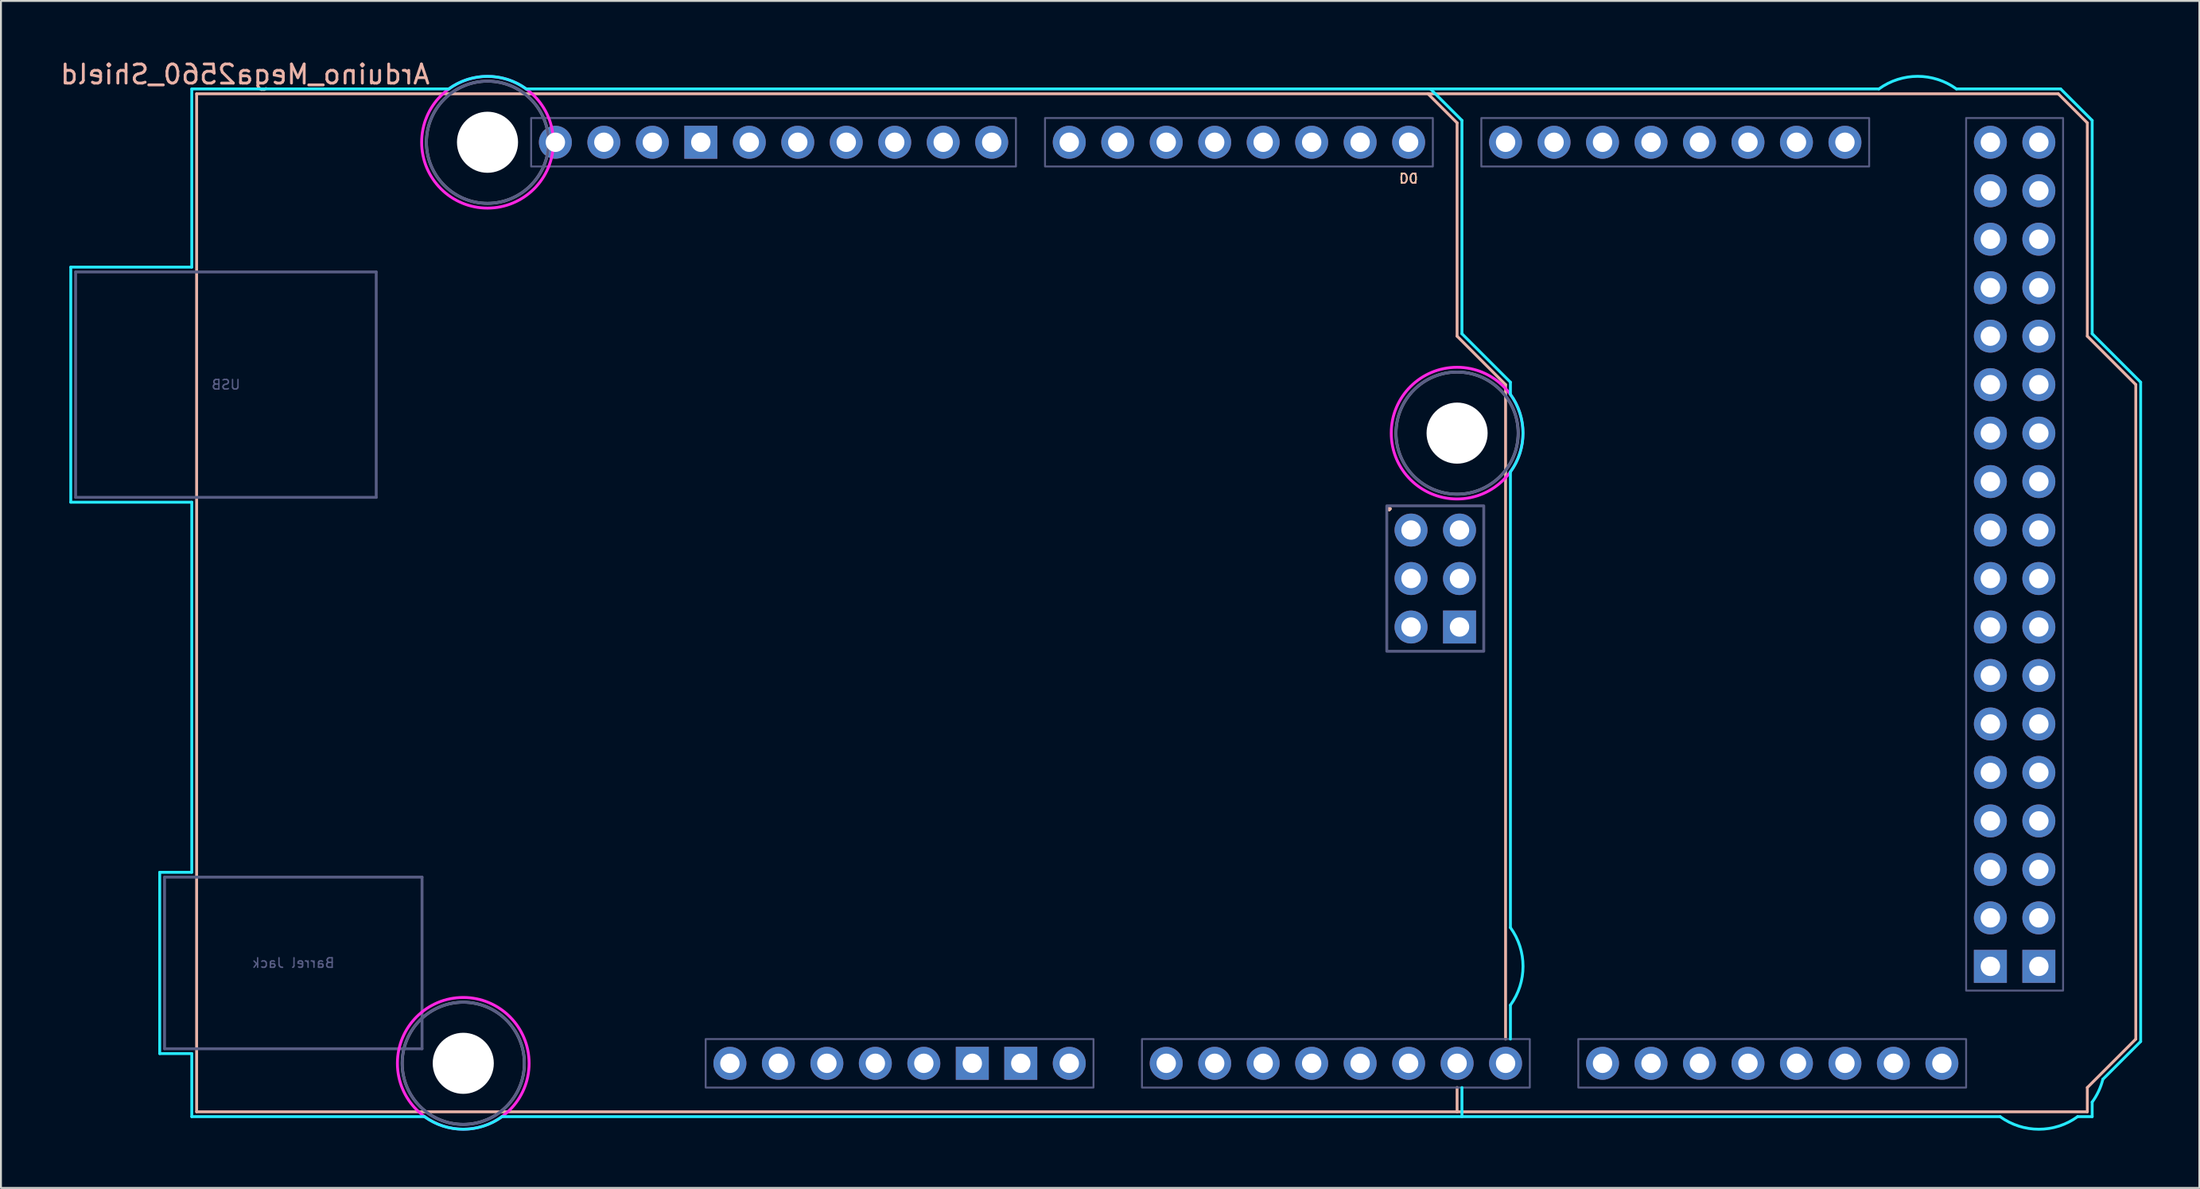
<source format=kicad_pcb>
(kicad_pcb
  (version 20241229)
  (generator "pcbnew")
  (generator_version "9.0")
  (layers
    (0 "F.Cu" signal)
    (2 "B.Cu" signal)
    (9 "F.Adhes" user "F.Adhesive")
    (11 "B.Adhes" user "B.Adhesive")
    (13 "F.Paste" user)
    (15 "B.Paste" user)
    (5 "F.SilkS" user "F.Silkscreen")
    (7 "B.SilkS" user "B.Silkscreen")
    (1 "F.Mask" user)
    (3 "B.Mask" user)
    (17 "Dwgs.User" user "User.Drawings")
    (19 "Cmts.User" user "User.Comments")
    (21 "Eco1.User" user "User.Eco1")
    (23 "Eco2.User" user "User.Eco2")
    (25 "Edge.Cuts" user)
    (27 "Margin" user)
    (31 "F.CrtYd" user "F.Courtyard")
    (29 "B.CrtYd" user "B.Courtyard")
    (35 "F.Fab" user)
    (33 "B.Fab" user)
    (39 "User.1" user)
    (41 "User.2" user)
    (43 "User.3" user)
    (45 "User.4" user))
  (footprint "Arduino_Mega2560_Shield"
    (layer "F.Cu")
    (at 7.252 55.204)
    (property "Reference" "Arduino_Mega2560_Shield" (at 2.54 -54.356 0) (layer "B.SilkS") (effects (font (size 1 1) (thickness 0.15)) (justify mirror)))
    (attr through_hole)
    (fp_line (start 0 -53.34) (end 0 0) (stroke (width 0.15) (type solid)) (layer "B.SilkS"))
    (fp_line (start 0 -53.34) (end 97.536 -53.34) (stroke (width 0.15) (type solid)) (layer "B.SilkS"))
    (fp_line (start 0 0) (end 99.06 0) (stroke (width 0.15) (type solid)) (layer "B.SilkS"))
    (fp_line (start 64.516 -53.34) (end 66.04 -51.816) (stroke (width 0.15) (type solid)) (layer "B.SilkS"))
    (fp_line (start 66.04 -40.64) (end 66.04 -51.816) (stroke (width 0.15) (type solid)) (layer "B.SilkS"))
    (fp_line (start 66.04 0) (end 66.04 -1.27) (stroke (width 0.15) (type solid)) (layer "B.SilkS"))
    (fp_line (start 68.58 -38.1) (end 66.04 -40.64) (stroke (width 0.15) (type solid)) (layer "B.SilkS"))
    (fp_line (start 68.58 -3.81) (end 68.58 -38.1) (stroke (width 0.15) (type solid)) (layer "B.SilkS"))
    (fp_line (start 97.536 -53.34) (end 99.06 -51.816) (stroke (width 0.15) (type solid)) (layer "B.SilkS"))
    (fp_line (start 99.06 -40.64) (end 99.06 -51.816) (stroke (width 0.15) (type solid)) (layer "B.SilkS"))
    (fp_line (start 99.06 -1.27) (end 101.6 -3.81) (stroke (width 0.15) (type solid)) (layer "B.SilkS"))
    (fp_line (start 99.06 0) (end 99.06 -1.27) (stroke (width 0.15) (type solid)) (layer "B.SilkS"))
    (fp_line (start 101.6 -38.1) (end 99.06 -40.64) (stroke (width 0.15) (type solid)) (layer "B.SilkS"))
    (fp_line (start 101.6 -3.81) (end 101.6 -38.1) (stroke (width 0.15) (type solid)) (layer "B.SilkS"))
    (fp_line (start -6.594 -44.258) (end -0.254 -44.258) (stroke (width 0.15) (type solid)) (layer "B.CrtYd"))
    (fp_line (start -6.594 -31.94) (end -6.594 -44.258) (stroke (width 0.15) (type solid)) (layer "B.CrtYd"))
    (fp_line (start -1.934 -12.548) (end -1.934 -3.049) (stroke (width 0.15) (type solid)) (layer "B.CrtYd"))
    (fp_line (start -1.934 -12.548) (end -0.254 -12.548) (stroke (width 0.15) (type solid)) (layer "B.CrtYd"))
    (fp_line (start -1.934 -3.049) (end -0.254 -3.049) (stroke (width 0.15) (type solid)) (layer "B.CrtYd"))
    (fp_line (start -0.254 -53.594) (end -0.254 -44.258) (stroke (width 0.15) (type solid)) (layer "B.CrtYd"))
    (fp_line (start -0.254 -31.94) (end -6.594 -31.94) (stroke (width 0.15) (type solid)) (layer "B.CrtYd"))
    (fp_line (start -0.254 -31.94) (end -0.254 -12.548) (stroke (width 0.15) (type solid)) (layer "B.CrtYd"))
    (fp_line (start -0.254 -3.049) (end -0.254 0.254) (stroke (width 0.15) (type solid)) (layer "B.CrtYd"))
    (fp_line (start 11.938 0.254) (end -0.254 0.254) (stroke (width 0.15) (type solid)) (layer "B.CrtYd"))
    (fp_line (start 13.208 -53.594) (end -0.254 -53.594) (stroke (width 0.15) (type solid)) (layer "B.CrtYd"))
    (fp_line (start 16.002 0.254) (end 94.488 0.254) (stroke (width 0.15) (type solid)) (layer "B.CrtYd"))
    (fp_line (start 17.272 -53.594) (end 88.138 -53.594) (stroke (width 0.15) (type solid)) (layer "B.CrtYd"))
    (fp_line (start 64.643 -53.594) (end 66.294 -51.943) (stroke (width 0.15) (type solid)) (layer "B.CrtYd"))
    (fp_line (start 66.294 -40.767) (end 66.294 -51.943) (stroke (width 0.15) (type solid)) (layer "B.CrtYd"))
    (fp_line (start 66.294 0.254) (end 66.294 -1.27) (stroke (width 0.15) (type solid)) (layer "B.CrtYd"))
    (fp_line (start 68.834 -38.227) (end 66.294 -40.767) (stroke (width 0.15) (type solid)) (layer "B.CrtYd"))
    (fp_line (start 68.834 -38.227) (end 68.834 -37.592) (stroke (width 0.15) (type solid)) (layer "B.CrtYd"))
    (fp_line (start 68.834 -9.652) (end 68.834 -33.528) (stroke (width 0.15) (type solid)) (layer "B.CrtYd"))
    (fp_line (start 68.834 -5.588) (end 68.834 -3.81) (stroke (width 0.15) (type solid)) (layer "B.CrtYd"))
    (fp_line (start 97.663 -53.594) (end 92.202 -53.594) (stroke (width 0.15) (type solid)) (layer "B.CrtYd"))
    (fp_line (start 97.663 -53.594) (end 99.314 -51.943) (stroke (width 0.15) (type solid)) (layer "B.CrtYd"))
    (fp_line (start 99.314 -40.767) (end 99.314 -51.943) (stroke (width 0.15) (type solid)) (layer "B.CrtYd"))
    (fp_line (start 99.314 0.254) (end 98.552 0.254) (stroke (width 0.15) (type solid)) (layer "B.CrtYd"))
    (fp_line (start 99.314 0.254) (end 99.314 -0.508) (stroke (width 0.15) (type solid)) (layer "B.CrtYd"))
    (fp_line (start 99.873 -1.702) (end 101.854 -3.683) (stroke (width 0.15) (type solid)) (layer "B.CrtYd"))
    (fp_line (start 101.854 -38.227) (end 99.314 -40.767) (stroke (width 0.15) (type solid)) (layer "B.CrtYd"))
    (fp_line (start 101.854 -3.683) (end 101.854 -38.227) (stroke (width 0.15) (type solid)) (layer "B.CrtYd"))
    (fp_arc (start 13.208 -53.594) (mid 15.24 -54.254237) (end 17.272 -53.594) (stroke (width 0.15) (type solid)) (layer "B.CrtYd"))
    (fp_arc (start 16.002 0.254) (mid 13.97 0.914237) (end 11.938 0.254) (stroke (width 0.15) (type solid)) (layer "B.CrtYd"))
    (fp_arc (start 68.834 -37.592) (mid 69.494238 -35.56) (end 68.834 -33.528) (stroke (width 0.15) (type solid)) (layer "B.CrtYd"))
    (fp_arc (start 68.834 -9.652) (mid 69.494238 -7.62) (end 68.834 -5.588) (stroke (width 0.15) (type solid)) (layer "B.CrtYd"))
    (fp_arc (start 88.138 -53.594) (mid 90.17 -54.254237) (end 92.202 -53.594) (stroke (width 0.15) (type solid)) (layer "B.CrtYd"))
    (fp_arc (start 98.552 0.254) (mid 96.52 0.914237) (end 94.488 0.254) (stroke (width 0.15) (type solid)) (layer "B.CrtYd"))
    (fp_arc (start 99.8728 -1.7018) (mid 99.650925 -1.077973) (end 99.314 -0.508) (stroke (width 0.15) (type solid)) (layer "B.CrtYd"))
    (fp_circle (center 13.97 -2.54) (end 17.42 -2.54) (stroke (width 0.15) (type solid)) (fill no) (layer "F.CrtYd"))
    (fp_circle (center 15.24 -50.8) (end 18.69 -50.8) (stroke (width 0.15) (type solid)) (fill no) (layer "F.CrtYd"))
    (fp_circle (center 66.04 -35.56) (end 69.49 -35.56) (stroke (width 0.15) (type solid)) (fill no) (layer "F.CrtYd"))
    (fp_line (start -6.34 -44.004) (end 9.41 -44.004) (stroke (width 0.15) (type solid)) (layer "B.Fab"))
    (fp_line (start -6.34 -32.194) (end -6.34 -44.004) (stroke (width 0.15) (type solid)) (layer "B.Fab"))
    (fp_line (start -6.34 -32.194) (end 9.41 -32.194) (stroke (width 0.15) (type solid)) (layer "B.Fab"))
    (fp_line (start -1.68 -12.294) (end -1.68 -3.303) (stroke (width 0.15) (type solid)) (layer "B.Fab"))
    (fp_line (start -1.68 -12.294) (end 11.81 -12.294) (stroke (width 0.15) (type solid)) (layer "B.Fab"))
    (fp_line (start -1.68 -3.303) (end 11.81 -3.303) (stroke (width 0.15) (type solid)) (layer "B.Fab"))
    (fp_line (start 9.41 -32.194) (end 9.41 -44.004) (stroke (width 0.15) (type solid)) (layer "B.Fab"))
    (fp_line (start 11.81 -12.294) (end 11.81 -3.303) (stroke (width 0.15) (type solid)) (layer "B.Fab"))
    (fp_rect (start 17.526 -52.07) (end 42.926 -49.53) (stroke (width 0.1) (type solid)) (fill no) (layer "B.Fab"))
    (fp_rect (start 26.67 -3.81) (end 46.99 -1.27) (stroke (width 0.1) (type solid)) (fill no) (layer "B.Fab"))
    (fp_rect (start 44.45 -52.07) (end 64.77 -49.53) (stroke (width 0.1) (type solid)) (fill no) (layer "B.Fab"))
    (fp_rect (start 49.53 -3.81) (end 69.85 -1.27) (stroke (width 0.1) (type solid)) (fill no) (layer "B.Fab"))
    (fp_rect (start 62.357 -31.75) (end 67.437 -24.13) (stroke (width 0.15) (type solid)) (fill no) (layer "B.Fab"))
    (fp_rect (start 67.31 -52.07) (end 87.63 -49.53) (stroke (width 0.1) (type solid)) (fill no) (layer "B.Fab"))
    (fp_rect (start 72.39 -3.81) (end 92.71 -1.27) (stroke (width 0.1) (type solid)) (fill no) (layer "B.Fab"))
    (fp_rect (start 92.71 -52.07) (end 97.79 -6.35) (stroke (width 0.1) (type solid)) (fill no) (layer "B.Fab"))
    (fp_circle (center 13.97 -2.54) (end 17.17 -2.54) (stroke (width 0.15) (type solid)) (fill no) (layer "B.Fab"))
    (fp_circle (center 15.24 -50.8) (end 18.44 -50.8) (stroke (width 0.15) (type solid)) (fill no) (layer "B.Fab"))
    (fp_circle (center 66.04 -35.56) (end 69.24 -35.56) (stroke (width 0.15) (type solid)) (fill no) (layer "B.Fab"))
    (fp_circle (center 13.97 -2.54) (end 17.17 -2.54) (stroke (width 0.15) (type solid)) (fill no) (layer "F.Fab"))
    (fp_circle (center 15.24 -50.8) (end 18.44 -50.8) (stroke (width 0.15) (type solid)) (fill no) (layer "F.Fab"))
    (fp_circle (center 66.04 -35.56) (end 69.24 -35.56) (stroke (width 0.15) (type solid)) (fill no) (layer "F.Fab"))
    (fp_text user "D0" (at 63.5 -48.895 0) (unlocked yes) (layer "F.SilkS") (effects (font (size 0.5 0.5) (thickness 0.075))))
    (fp_text user "." (at 62.484 -32.004 0) (layer "F.SilkS") (effects (font (size 1 1) (thickness 0.15))))
    (fp_text user "." (at 62.484 -32.004 0) (layer "B.SilkS") (effects (font (size 1 1) (thickness 0.15))))
    (fp_text user "D0" (at 63.5 -48.895 0) (unlocked yes) (layer "B.SilkS") (effects (font (size 0.5 0.5) (thickness 0.075)) (justify mirror)))
    (fp_text user "Barrel Jack" (at 5.065 -7.798 0) (layer "B.Fab") (effects (font (size 0.5 0.5) (thickness 0.075)) (justify mirror)))
    (fp_text user "USB" (at 1.535 -38.099 0) (layer "B.Fab") (effects (font (size 0.5 0.5) (thickness 0.075)) (justify mirror)))
    (pad "" np_thru_hole circle (at 13.97 -2.54) (size 3.2 3.2) (drill 3.2) (layers "*.Cu" "*.Mask"))
    (pad "" np_thru_hole circle (at 15.24 -50.8) (size 3.2 3.2) (drill 3.2) (layers "*.Cu" "*.Mask"))
    (pad "" thru_hole oval (at 27.94 -2.54) (size 1.727 1.727) (drill 1.016) (layers "*.Cu" "*.Mask"))
    (pad "" np_thru_hole circle (at 66.04 -35.56) (size 3.2 3.2) (drill 3.2) (layers "*.Cu" "*.Mask"))
    (pad "3V3" thru_hole oval (at 35.56 -2.54) (size 1.727 1.727) (drill 1.016) (layers "*.Cu" "*.Mask"))
    (pad "5V1" thru_hole oval (at 38.1 -2.54) (size 1.727 1.727) (drill 1.016) (layers "*.Cu" "*.Mask"))
    (pad "5V2" thru_hole oval (at 66.167 -30.48) (size 1.727 1.727) (drill 1.016) (layers "*.Cu" "*.Mask"))
    (pad "5V3" thru_hole oval (at 93.98 -50.8) (size 1.727 1.727) (drill 1.016) (layers "*.Cu" "*.Mask"))
    (pad "5V4" thru_hole oval (at 96.52 -50.8) (size 1.727 1.727) (drill 1.016) (layers "*.Cu" "*.Mask"))
    (pad "A0" thru_hole oval (at 50.8 -2.54) (size 1.727 1.727) (drill 1.016) (layers "*.Cu" "*.Mask"))
    (pad "A1" thru_hole oval (at 53.34 -2.54) (size 1.727 1.727) (drill 1.016) (layers "*.Cu" "*.Mask"))
    (pad "A2" thru_hole oval (at 55.88 -2.54) (size 1.727 1.727) (drill 1.016) (layers "*.Cu" "*.Mask"))
    (pad "A3" thru_hole oval (at 58.42 -2.54) (size 1.727 1.727) (drill 1.016) (layers "*.Cu" "*.Mask"))
    (pad "A4" thru_hole oval (at 60.96 -2.54) (size 1.727 1.727) (drill 1.016) (layers "*.Cu" "*.Mask"))
    (pad "A5" thru_hole oval (at 63.5 -2.54) (size 1.727 1.727) (drill 1.016) (layers "*.Cu" "*.Mask"))
    (pad "A6" thru_hole oval (at 66.04 -2.54) (size 1.727 1.727) (drill 1.016) (layers "*.Cu" "*.Mask"))
    (pad "A7" thru_hole oval (at 68.58 -2.54) (size 1.727 1.727) (drill 1.016) (layers "*.Cu" "*.Mask"))
    (pad "A8" thru_hole oval (at 73.66 -2.54) (size 1.727 1.727) (drill 1.016) (layers "*.Cu" "*.Mask"))
    (pad "A9" thru_hole oval (at 76.2 -2.54) (size 1.727 1.727) (drill 1.016) (layers "*.Cu" "*.Mask"))
    (pad "A10" thru_hole oval (at 78.74 -2.54) (size 1.727 1.727) (drill 1.016) (layers "*.Cu" "*.Mask"))
    (pad "A11" thru_hole oval (at 81.28 -2.54) (size 1.727 1.727) (drill 1.016) (layers "*.Cu" "*.Mask"))
    (pad "A12" thru_hole oval (at 83.82 -2.54) (size 1.727 1.727) (drill 1.016) (layers "*.Cu" "*.Mask"))
    (pad "A13" thru_hole oval (at 86.36 -2.54) (size 1.727 1.727) (drill 1.016) (layers "*.Cu" "*.Mask"))
    (pad "A14" thru_hole oval (at 88.9 -2.54) (size 1.727 1.727) (drill 1.016) (layers "*.Cu" "*.Mask"))
    (pad "A15" thru_hole oval (at 91.44 -2.54) (size 1.727 1.727) (drill 1.016) (layers "*.Cu" "*.Mask"))
    (pad "AREF" thru_hole oval (at 23.876 -50.8) (size 1.727 1.727) (drill 1.016) (layers "*.Cu" "*.Mask"))
    (pad "D0" thru_hole oval (at 63.5 -50.8) (size 1.727 1.727) (drill 1.016) (layers "*.Cu" "*.Mask"))
    (pad "D1" thru_hole oval (at 60.96 -50.8) (size 1.727 1.727) (drill 1.016) (layers "*.Cu" "*.Mask"))
    (pad "D2" thru_hole oval (at 58.42 -50.8) (size 1.727 1.727) (drill 1.016) (layers "*.Cu" "*.Mask"))
    (pad "D3" thru_hole oval (at 55.88 -50.8) (size 1.727 1.727) (drill 1.016) (layers "*.Cu" "*.Mask"))
    (pad "D4" thru_hole oval (at 53.34 -50.8) (size 1.727 1.727) (drill 1.016) (layers "*.Cu" "*.Mask"))
    (pad "D5" thru_hole oval (at 50.8 -50.8) (size 1.727 1.727) (drill 1.016) (layers "*.Cu" "*.Mask"))
    (pad "D6" thru_hole oval (at 48.26 -50.8) (size 1.727 1.727) (drill 1.016) (layers "*.Cu" "*.Mask"))
    (pad "D7" thru_hole oval (at 45.72 -50.8) (size 1.727 1.727) (drill 1.016) (layers "*.Cu" "*.Mask"))
    (pad "D8" thru_hole oval (at 41.656 -50.8) (size 1.727 1.727) (drill 1.016) (layers "*.Cu" "*.Mask"))
    (pad "D9" thru_hole oval (at 39.116 -50.8) (size 1.727 1.727) (drill 1.016) (layers "*.Cu" "*.Mask"))
    (pad "D10" thru_hole oval (at 36.576 -50.8) (size 1.727 1.727) (drill 1.016) (layers "*.Cu" "*.Mask"))
    (pad "D11" thru_hole oval (at 34.036 -50.8) (size 1.727 1.727) (drill 1.016) (layers "*.Cu" "*.Mask"))
    (pad "D12" thru_hole oval (at 31.496 -50.8) (size 1.727 1.727) (drill 1.016) (layers "*.Cu" "*.Mask"))
    (pad "D13" thru_hole oval (at 28.956 -50.8) (size 1.727 1.727) (drill 1.016) (layers "*.Cu" "*.Mask"))
    (pad "D14" thru_hole oval (at 68.58 -50.8) (size 1.727 1.727) (drill 1.016) (layers "*.Cu" "*.Mask"))
    (pad "D15" thru_hole oval (at 71.12 -50.8) (size 1.727 1.727) (drill 1.016) (layers "*.Cu" "*.Mask"))
    (pad "D16" thru_hole oval (at 73.66 -50.8) (size 1.727 1.727) (drill 1.016) (layers "*.Cu" "*.Mask"))
    (pad "D17" thru_hole oval (at 76.2 -50.8) (size 1.727 1.727) (drill 1.016) (layers "*.Cu" "*.Mask"))
    (pad "D18" thru_hole oval (at 78.74 -50.8) (size 1.727 1.727) (drill 1.016) (layers "*.Cu" "*.Mask"))
    (pad "D19" thru_hole oval (at 81.28 -50.8) (size 1.727 1.727) (drill 1.016) (layers "*.Cu" "*.Mask"))
    (pad "D20" thru_hole oval (at 83.82 -50.8) (size 1.727 1.727) (drill 1.016) (layers "*.Cu" "*.Mask"))
    (pad "D21" thru_hole oval (at 86.36 -50.8) (size 1.727 1.727) (drill 1.016) (layers "*.Cu" "*.Mask"))
    (pad "D22" thru_hole oval (at 93.98 -48.26) (size 1.727 1.727) (drill 1.016) (layers "*.Cu" "*.Mask"))
    (pad "D23" thru_hole oval (at 96.52 -48.26) (size 1.727 1.727) (drill 1.016) (layers "*.Cu" "*.Mask"))
    (pad "D24" thru_hole oval (at 93.98 -45.72) (size 1.727 1.727) (drill 1.016) (layers "*.Cu" "*.Mask"))
    (pad "D25" thru_hole oval (at 96.52 -45.72) (size 1.727 1.727) (drill 1.016) (layers "*.Cu" "*.Mask"))
    (pad "D26" thru_hole oval (at 93.98 -43.18) (size 1.727 1.727) (drill 1.016) (layers "*.Cu" "*.Mask"))
    (pad "D27" thru_hole oval (at 96.52 -43.18) (size 1.727 1.727) (drill 1.016) (layers "*.Cu" "*.Mask"))
    (pad "D28" thru_hole oval (at 93.98 -40.64) (size 1.727 1.727) (drill 1.016) (layers "*.Cu" "*.Mask"))
    (pad "D29" thru_hole oval (at 96.52 -40.64) (size 1.727 1.727) (drill 1.016) (layers "*.Cu" "*.Mask"))
    (pad "D30" thru_hole oval (at 93.98 -38.1) (size 1.727 1.727) (drill 1.016) (layers "*.Cu" "*.Mask"))
    (pad "D31" thru_hole oval (at 96.52 -38.1) (size 1.727 1.727) (drill 1.016) (layers "*.Cu" "*.Mask"))
    (pad "D32" thru_hole oval (at 93.98 -35.56) (size 1.727 1.727) (drill 1.016) (layers "*.Cu" "*.Mask"))
    (pad "D33" thru_hole oval (at 96.52 -35.56) (size 1.727 1.727) (drill 1.016) (layers "*.Cu" "*.Mask"))
    (pad "D34" thru_hole oval (at 93.98 -33.02) (size 1.727 1.727) (drill 1.016) (layers "*.Cu" "*.Mask"))
    (pad "D35" thru_hole oval (at 96.52 -33.02) (size 1.727 1.727) (drill 1.016) (layers "*.Cu" "*.Mask"))
    (pad "D36" thru_hole oval (at 93.98 -30.48) (size 1.727 1.727) (drill 1.016) (layers "*.Cu" "*.Mask"))
    (pad "D37" thru_hole oval (at 96.52 -30.48) (size 1.727 1.727) (drill 1.016) (layers "*.Cu" "*.Mask"))
    (pad "D38" thru_hole oval (at 93.98 -27.94) (size 1.727 1.727) (drill 1.016) (layers "*.Cu" "*.Mask"))
    (pad "D39" thru_hole oval (at 96.52 -27.94) (size 1.727 1.727) (drill 1.016) (layers "*.Cu" "*.Mask"))
    (pad "D40" thru_hole oval (at 93.98 -25.4) (size 1.727 1.727) (drill 1.016) (layers "*.Cu" "*.Mask"))
    (pad "D41" thru_hole oval (at 96.52 -25.4) (size 1.727 1.727) (drill 1.016) (layers "*.Cu" "*.Mask"))
    (pad "D42" thru_hole oval (at 93.98 -22.86) (size 1.727 1.727) (drill 1.016) (layers "*.Cu" "*.Mask"))
    (pad "D43" thru_hole oval (at 96.52 -22.86) (size 1.727 1.727) (drill 1.016) (layers "*.Cu" "*.Mask"))
    (pad "D44" thru_hole oval (at 93.98 -20.32) (size 1.727 1.727) (drill 1.016) (layers "*.Cu" "*.Mask"))
    (pad "D45" thru_hole oval (at 96.52 -20.32) (size 1.727 1.727) (drill 1.016) (layers "*.Cu" "*.Mask"))
    (pad "D46" thru_hole oval (at 93.98 -17.78) (size 1.727 1.727) (drill 1.016) (layers "*.Cu" "*.Mask"))
    (pad "D47" thru_hole oval (at 96.52 -17.78) (size 1.727 1.727) (drill 1.016) (layers "*.Cu" "*.Mask"))
    (pad "D48" thru_hole oval (at 93.98 -15.24) (size 1.727 1.727) (drill 1.016) (layers "*.Cu" "*.Mask"))
    (pad "D49" thru_hole oval (at 96.52 -15.24) (size 1.727 1.727) (drill 1.016) (layers "*.Cu" "*.Mask"))
    (pad "D50" thru_hole oval (at 93.98 -12.7) (size 1.727 1.727) (drill 1.016) (layers "*.Cu" "*.Mask"))
    (pad "D51" thru_hole oval (at 96.52 -12.7) (size 1.727 1.727) (drill 1.016) (layers "*.Cu" "*.Mask"))
    (pad "D52" thru_hole oval (at 93.98 -10.16) (size 1.727 1.727) (drill 1.016) (layers "*.Cu" "*.Mask"))
    (pad "D53" thru_hole oval (at 96.52 -10.16) (size 1.727 1.727) (drill 1.016) (layers "*.Cu" "*.Mask"))
    (pad "GND1" thru_hole rect (at 26.416 -50.8) (size 1.727 1.727) (drill 1.016) (layers "*.Cu" "*.Mask"))
    (pad "GND2" thru_hole rect (at 40.64 -2.54) (size 1.727 1.727) (drill 1.016) (layers "*.Cu" "*.Mask"))
    (pad "GND3" thru_hole rect (at 43.18 -2.54) (size 1.727 1.727) (drill 1.016) (layers "*.Cu" "*.Mask"))
    (pad "GND4" thru_hole rect (at 66.167 -25.4) (size 1.727 1.727) (drill 1.016) (layers "*.Cu" "*.Mask"))
    (pad "GND5" thru_hole rect (at 93.98 -7.62) (size 1.727 1.727) (drill 1.016) (layers "*.Cu" "*.Mask"))
    (pad "GND6" thru_hole rect (at 96.52 -7.62) (size 1.727 1.727) (drill 1.016) (layers "*.Cu" "*.Mask"))
    (pad "IORF" thru_hole oval (at 30.48 -2.54) (size 1.727 1.727) (drill 1.016) (layers "*.Cu" "*.Mask"))
    (pad "MISO" thru_hole oval (at 63.627 -30.48) (size 1.727 1.727) (drill 1.016) (layers "*.Cu" "*.Mask"))
    (pad "MOSI" thru_hole oval (at 66.167 -27.94) (size 1.727 1.727) (drill 1.016) (layers "*.Cu" "*.Mask"))
    (pad "RST1" thru_hole oval (at 33.02 -2.54) (size 1.727 1.727) (drill 1.016) (layers "*.Cu" "*.Mask"))
    (pad "RST2" thru_hole oval (at 63.627 -25.4) (size 1.727 1.727) (drill 1.016) (layers "*.Cu" "*.Mask"))
    (pad "SCK" thru_hole oval (at 63.627 -27.94) (size 1.727 1.727) (drill 1.016) (layers "*.Cu" "*.Mask"))
    (pad "SCL" thru_hole oval (at 18.796 -50.8) (size 1.727 1.727) (drill 1.016) (layers "*.Cu" "*.Mask"))
    (pad "SDA" thru_hole oval (at 21.336 -50.8) (size 1.727 1.727) (drill 1.016) (layers "*.Cu" "*.Mask"))
    (pad "VIN" thru_hole oval (at 45.72 -2.54) (size 1.727 1.727) (drill 1.016) (layers "*.Cu" "*.Mask")))
  (gr_rect
    (start -3 -3)
    (end 112.181 59.193)
    (stroke (width 0.1) (type default))
    (fill no)
    (layer "Edge.Cuts")))
</source>
